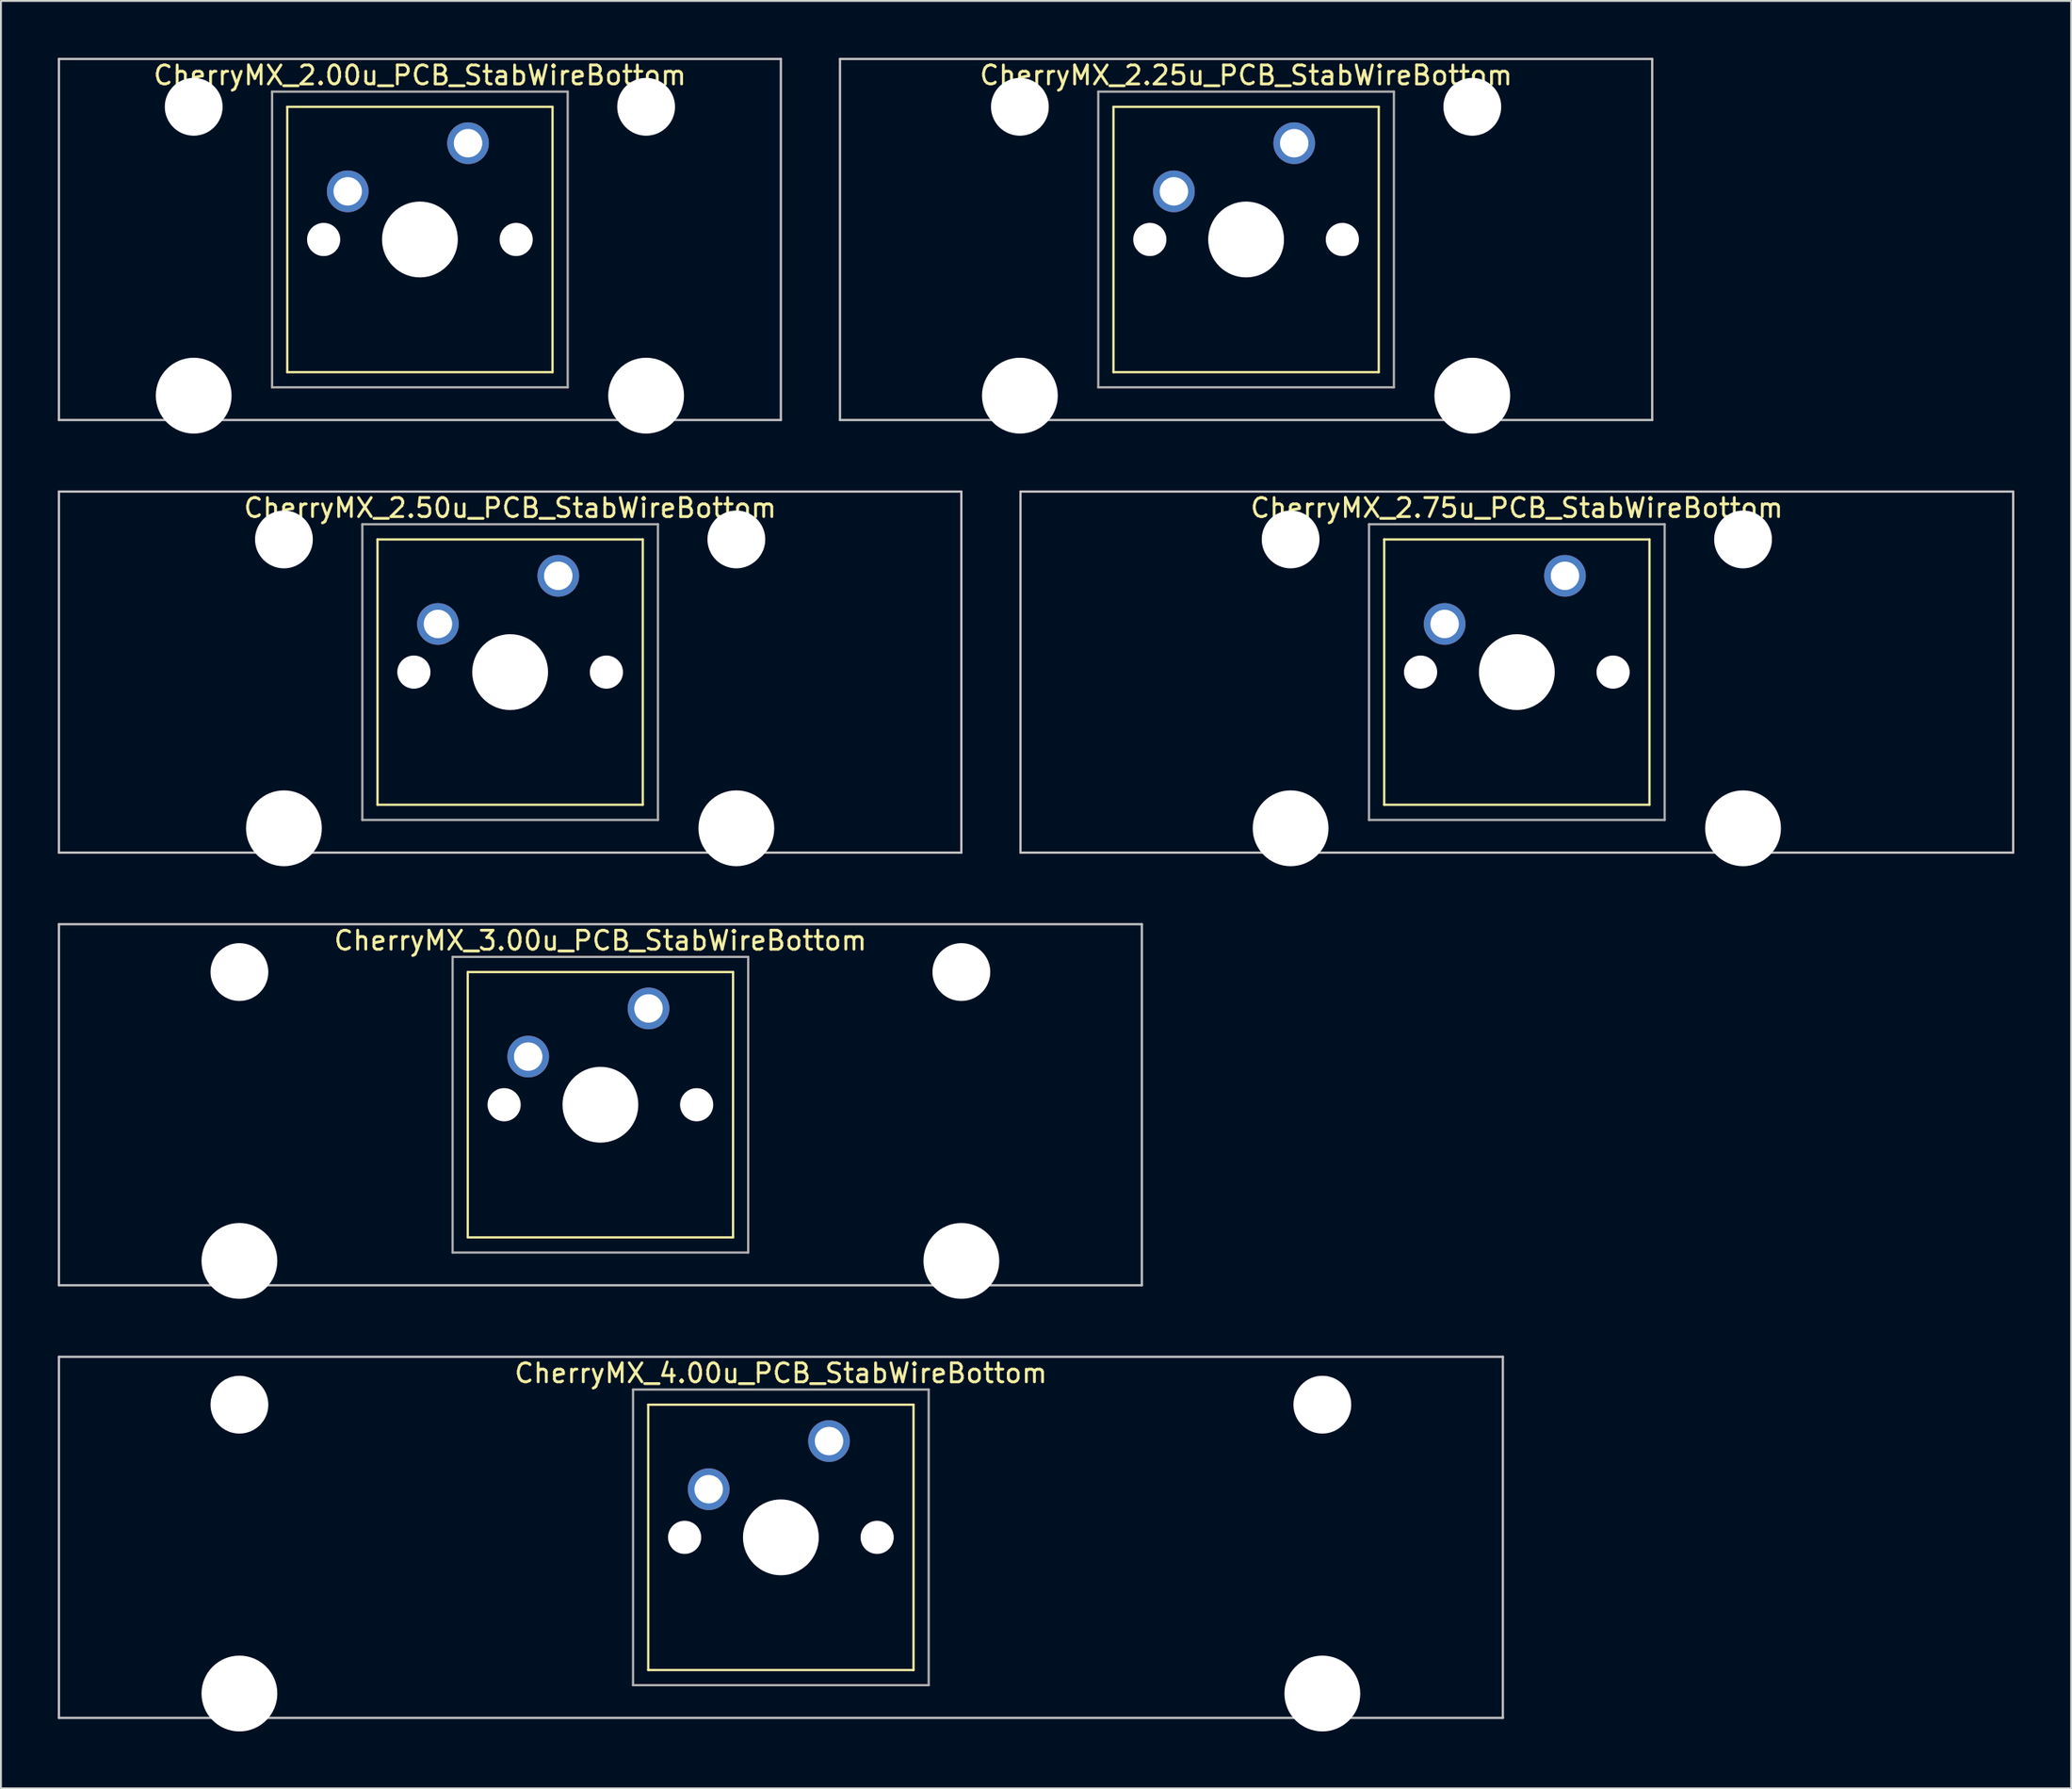
<source format=kicad_pcb>
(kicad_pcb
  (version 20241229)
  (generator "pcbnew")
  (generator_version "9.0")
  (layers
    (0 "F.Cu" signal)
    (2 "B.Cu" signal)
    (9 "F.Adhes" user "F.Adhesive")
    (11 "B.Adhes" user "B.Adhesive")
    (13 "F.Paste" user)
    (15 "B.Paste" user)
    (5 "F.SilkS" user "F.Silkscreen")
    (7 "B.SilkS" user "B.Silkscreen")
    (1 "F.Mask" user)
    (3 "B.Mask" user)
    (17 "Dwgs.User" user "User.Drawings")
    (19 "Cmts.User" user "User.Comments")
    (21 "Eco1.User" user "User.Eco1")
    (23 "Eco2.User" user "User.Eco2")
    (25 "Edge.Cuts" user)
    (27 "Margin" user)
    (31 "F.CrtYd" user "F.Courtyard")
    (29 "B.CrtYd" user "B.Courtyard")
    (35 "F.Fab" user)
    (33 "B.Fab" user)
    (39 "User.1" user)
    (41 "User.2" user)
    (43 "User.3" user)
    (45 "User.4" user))
  (footprint "CherryMX_3.00u_PCB_StabWireBottom"
    (layer "F.Cu")
    (at 28.635 55.235)
    (property "Reference" "CherryMX_3.00u_PCB_StabWireBottom" (at 0 -8.662 0) (layer "F.SilkS") (effects (font (size 1 1) (thickness 0.15))))
    (attr through_hole)
    (fp_line (start -7 -7) (end -7 7) (stroke (width 0.12) (type solid)) (layer "F.SilkS"))
    (fp_line (start -7 -7) (end 7 -7) (stroke (width 0.12) (type solid)) (layer "F.SilkS"))
    (fp_line (start 7 -7) (end 7 7) (stroke (width 0.12) (type solid)) (layer "F.SilkS"))
    (fp_line (start 7 7) (end -7 7) (stroke (width 0.12) (type solid)) (layer "F.SilkS"))
    (fp_line (start -28.575 -9.525) (end 28.575 -9.525) (stroke (width 0.12) (type solid)) (layer "Dwgs.User"))
    (fp_line (start -28.575 9.525) (end -28.575 -9.525) (stroke (width 0.12) (type solid)) (layer "Dwgs.User"))
    (fp_line (start 28.575 -9.525) (end 28.575 9.525) (stroke (width 0.12) (type solid)) (layer "Dwgs.User"))
    (fp_line (start 28.575 9.525) (end -28.575 9.525) (stroke (width 0.12) (type solid)) (layer "Dwgs.User"))
    (fp_line (start -7.8 -7.8) (end -7.8 7.8) (stroke (width 0.12) (type solid)) (layer "F.Fab"))
    (fp_line (start -7.8 -7.8) (end 7.8 -7.8) (stroke (width 0.12) (type solid)) (layer "F.Fab"))
    (fp_line (start -7.8 7.8) (end 7.8 7.8) (stroke (width 0.12) (type solid)) (layer "F.Fab"))
    (fp_line (start 7.8 -7.8) (end 7.8 7.8) (stroke (width 0.12) (type solid)) (layer "F.Fab"))
    (pad "" np_thru_hole circle (at -19.05 -7) (size 3.05 3.05) (drill 3.05) (layers "*.Cu" "*.Mask"))
    (pad "" np_thru_hole circle (at -19.05 8.24) (size 4 4) (drill 4) (layers "*.Cu" "*.Mask"))
    (pad "" np_thru_hole circle (at -5.08 0) (size 1.75 1.75) (drill 1.75) (layers "*.Cu" "*.Mask"))
    (pad "" np_thru_hole circle (at 0 0) (size 4 4) (drill 4) (layers "*.Cu" "*.Mask"))
    (pad "" np_thru_hole circle (at 5.08 0) (size 1.75 1.75) (drill 1.75) (layers "*.Cu" "*.Mask"))
    (pad "" np_thru_hole circle (at 19.05 -7) (size 3.05 3.05) (drill 3.05) (layers "*.Cu" "*.Mask"))
    (pad "" np_thru_hole circle (at 19.05 8.24) (size 4 4) (drill 4) (layers "*.Cu" "*.Mask"))
    (pad "1" thru_hole circle (at -3.81 -2.54) (size 2.2 2.2) (drill 1.5) (layers "*.Cu" "*.Mask"))
    (pad "2" thru_hole circle (at 2.54 -5.08) (size 2.2 2.2) (drill 1.5) (layers "*.Cu" "*.Mask")))
  (footprint "CherryMX_2.50u_PCB_StabWireBottom"
    (layer "F.Cu")
    (at 23.872 32.41)
    (property "Reference" "CherryMX_2.50u_PCB_StabWireBottom" (at 0 -8.662 0) (layer "F.SilkS") (effects (font (size 1 1) (thickness 0.15))))
    (attr through_hole)
    (fp_line (start -7 -7) (end -7 7) (stroke (width 0.12) (type solid)) (layer "F.SilkS"))
    (fp_line (start -7 -7) (end 7 -7) (stroke (width 0.12) (type solid)) (layer "F.SilkS"))
    (fp_line (start 7 -7) (end 7 7) (stroke (width 0.12) (type solid)) (layer "F.SilkS"))
    (fp_line (start 7 7) (end -7 7) (stroke (width 0.12) (type solid)) (layer "F.SilkS"))
    (fp_line (start -23.812 -9.525) (end 23.812 -9.525) (stroke (width 0.12) (type solid)) (layer "Dwgs.User"))
    (fp_line (start -23.812 9.525) (end -23.812 -9.525) (stroke (width 0.12) (type solid)) (layer "Dwgs.User"))
    (fp_line (start 23.812 -9.525) (end 23.812 9.525) (stroke (width 0.12) (type solid)) (layer "Dwgs.User"))
    (fp_line (start 23.812 9.525) (end -23.812 9.525) (stroke (width 0.12) (type solid)) (layer "Dwgs.User"))
    (fp_line (start -7.8 -7.8) (end -7.8 7.8) (stroke (width 0.12) (type solid)) (layer "F.Fab"))
    (fp_line (start -7.8 -7.8) (end 7.8 -7.8) (stroke (width 0.12) (type solid)) (layer "F.Fab"))
    (fp_line (start -7.8 7.8) (end 7.8 7.8) (stroke (width 0.12) (type solid)) (layer "F.Fab"))
    (fp_line (start 7.8 -7.8) (end 7.8 7.8) (stroke (width 0.12) (type solid)) (layer "F.Fab"))
    (pad "" np_thru_hole circle (at -11.938 -7) (size 3.05 3.05) (drill 3.05) (layers "*.Cu" "*.Mask"))
    (pad "" np_thru_hole circle (at -11.938 8.24) (size 4 4) (drill 4) (layers "*.Cu" "*.Mask"))
    (pad "" np_thru_hole circle (at -5.08 0) (size 1.75 1.75) (drill 1.75) (layers "*.Cu" "*.Mask"))
    (pad "" np_thru_hole circle (at 0 0) (size 4 4) (drill 4) (layers "*.Cu" "*.Mask"))
    (pad "" np_thru_hole circle (at 5.08 0) (size 1.75 1.75) (drill 1.75) (layers "*.Cu" "*.Mask"))
    (pad "" np_thru_hole circle (at 11.938 -7) (size 3.05 3.05) (drill 3.05) (layers "*.Cu" "*.Mask"))
    (pad "" np_thru_hole circle (at 11.938 8.24) (size 4 4) (drill 4) (layers "*.Cu" "*.Mask"))
    (pad "1" thru_hole circle (at -3.81 -2.54) (size 2.2 2.2) (drill 1.5) (layers "*.Cu" "*.Mask"))
    (pad "2" thru_hole circle (at 2.54 -5.08) (size 2.2 2.2) (drill 1.5) (layers "*.Cu" "*.Mask")))
  (footprint "CherryMX_2.25u_PCB_StabWireBottom"
    (layer "F.Cu")
    (at 62.711 9.585)
    (property "Reference" "CherryMX_2.25u_PCB_StabWireBottom" (at 0 -8.662 0) (layer "F.SilkS") (effects (font (size 1 1) (thickness 0.15))))
    (attr through_hole)
    (fp_line (start -7 -7) (end -7 7) (stroke (width 0.12) (type solid)) (layer "F.SilkS"))
    (fp_line (start -7 -7) (end 7 -7) (stroke (width 0.12) (type solid)) (layer "F.SilkS"))
    (fp_line (start 7 -7) (end 7 7) (stroke (width 0.12) (type solid)) (layer "F.SilkS"))
    (fp_line (start 7 7) (end -7 7) (stroke (width 0.12) (type solid)) (layer "F.SilkS"))
    (fp_line (start -21.431 -9.525) (end 21.431 -9.525) (stroke (width 0.12) (type solid)) (layer "Dwgs.User"))
    (fp_line (start -21.431 9.525) (end -21.431 -9.525) (stroke (width 0.12) (type solid)) (layer "Dwgs.User"))
    (fp_line (start 21.431 -9.525) (end 21.431 9.525) (stroke (width 0.12) (type solid)) (layer "Dwgs.User"))
    (fp_line (start 21.431 9.525) (end -21.431 9.525) (stroke (width 0.12) (type solid)) (layer "Dwgs.User"))
    (fp_line (start -7.8 -7.8) (end -7.8 7.8) (stroke (width 0.12) (type solid)) (layer "F.Fab"))
    (fp_line (start -7.8 -7.8) (end 7.8 -7.8) (stroke (width 0.12) (type solid)) (layer "F.Fab"))
    (fp_line (start -7.8 7.8) (end 7.8 7.8) (stroke (width 0.12) (type solid)) (layer "F.Fab"))
    (fp_line (start 7.8 -7.8) (end 7.8 7.8) (stroke (width 0.12) (type solid)) (layer "F.Fab"))
    (pad "" np_thru_hole circle (at -11.938 -7) (size 3.05 3.05) (drill 3.05) (layers "*.Cu" "*.Mask"))
    (pad "" np_thru_hole circle (at -11.938 8.24) (size 4 4) (drill 4) (layers "*.Cu" "*.Mask"))
    (pad "" np_thru_hole circle (at -5.08 0) (size 1.75 1.75) (drill 1.75) (layers "*.Cu" "*.Mask"))
    (pad "" np_thru_hole circle (at 0 0) (size 4 4) (drill 4) (layers "*.Cu" "*.Mask"))
    (pad "" np_thru_hole circle (at 5.08 0) (size 1.75 1.75) (drill 1.75) (layers "*.Cu" "*.Mask"))
    (pad "" np_thru_hole circle (at 11.938 -7) (size 3.05 3.05) (drill 3.05) (layers "*.Cu" "*.Mask"))
    (pad "" np_thru_hole circle (at 11.938 8.24) (size 4 4) (drill 4) (layers "*.Cu" "*.Mask"))
    (pad "1" thru_hole circle (at -3.81 -2.54) (size 2.2 2.2) (drill 1.5) (layers "*.Cu" "*.Mask"))
    (pad "2" thru_hole circle (at 2.54 -5.08) (size 2.2 2.2) (drill 1.5) (layers "*.Cu" "*.Mask")))
  (footprint "CherryMX_4.00u_PCB_StabWireBottom"
    (layer "F.Cu")
    (at 38.16 78.06)
    (property "Reference" "CherryMX_4.00u_PCB_StabWireBottom" (at 0 -8.662 0) (layer "F.SilkS") (effects (font (size 1 1) (thickness 0.15))))
    (attr through_hole)
    (fp_line (start -7 -7) (end -7 7) (stroke (width 0.12) (type solid)) (layer "F.SilkS"))
    (fp_line (start -7 -7) (end 7 -7) (stroke (width 0.12) (type solid)) (layer "F.SilkS"))
    (fp_line (start 7 -7) (end 7 7) (stroke (width 0.12) (type solid)) (layer "F.SilkS"))
    (fp_line (start 7 7) (end -7 7) (stroke (width 0.12) (type solid)) (layer "F.SilkS"))
    (fp_line (start -38.1 -9.525) (end 38.1 -9.525) (stroke (width 0.12) (type solid)) (layer "Dwgs.User"))
    (fp_line (start -38.1 9.525) (end -38.1 -9.525) (stroke (width 0.12) (type solid)) (layer "Dwgs.User"))
    (fp_line (start 38.1 -9.525) (end 38.1 9.525) (stroke (width 0.12) (type solid)) (layer "Dwgs.User"))
    (fp_line (start 38.1 9.525) (end -38.1 9.525) (stroke (width 0.12) (type solid)) (layer "Dwgs.User"))
    (fp_line (start -7.8 -7.8) (end -7.8 7.8) (stroke (width 0.12) (type solid)) (layer "F.Fab"))
    (fp_line (start -7.8 -7.8) (end 7.8 -7.8) (stroke (width 0.12) (type solid)) (layer "F.Fab"))
    (fp_line (start -7.8 7.8) (end 7.8 7.8) (stroke (width 0.12) (type solid)) (layer "F.Fab"))
    (fp_line (start 7.8 -7.8) (end 7.8 7.8) (stroke (width 0.12) (type solid)) (layer "F.Fab"))
    (pad "" np_thru_hole circle (at -28.575 -7) (size 3.05 3.05) (drill 3.05) (layers "*.Cu" "*.Mask"))
    (pad "" np_thru_hole circle (at -28.575 8.24) (size 4 4) (drill 4) (layers "*.Cu" "*.Mask"))
    (pad "" np_thru_hole circle (at -5.08 0) (size 1.75 1.75) (drill 1.75) (layers "*.Cu" "*.Mask"))
    (pad "" np_thru_hole circle (at 0 0) (size 4 4) (drill 4) (layers "*.Cu" "*.Mask"))
    (pad "" np_thru_hole circle (at 5.08 0) (size 1.75 1.75) (drill 1.75) (layers "*.Cu" "*.Mask"))
    (pad "" np_thru_hole circle (at 28.575 -7) (size 3.05 3.05) (drill 3.05) (layers "*.Cu" "*.Mask"))
    (pad "" np_thru_hole circle (at 28.575 8.24) (size 4 4) (drill 4) (layers "*.Cu" "*.Mask"))
    (pad "1" thru_hole circle (at -3.81 -2.54) (size 2.2 2.2) (drill 1.5) (layers "*.Cu" "*.Mask"))
    (pad "2" thru_hole circle (at 2.54 -5.08) (size 2.2 2.2) (drill 1.5) (layers "*.Cu" "*.Mask")))
  (footprint "CherryMX_2.75u_PCB_StabWireBottom"
    (layer "F.Cu")
    (at 76.999 32.41)
    (property "Reference" "CherryMX_2.75u_PCB_StabWireBottom" (at 0 -8.662 0) (layer "F.SilkS") (effects (font (size 1 1) (thickness 0.15))))
    (attr through_hole)
    (fp_line (start -7 -7) (end -7 7) (stroke (width 0.12) (type solid)) (layer "F.SilkS"))
    (fp_line (start -7 -7) (end 7 -7) (stroke (width 0.12) (type solid)) (layer "F.SilkS"))
    (fp_line (start 7 -7) (end 7 7) (stroke (width 0.12) (type solid)) (layer "F.SilkS"))
    (fp_line (start 7 7) (end -7 7) (stroke (width 0.12) (type solid)) (layer "F.SilkS"))
    (fp_line (start -26.194 -9.525) (end 26.194 -9.525) (stroke (width 0.12) (type solid)) (layer "Dwgs.User"))
    (fp_line (start -26.194 9.525) (end -26.194 -9.525) (stroke (width 0.12) (type solid)) (layer "Dwgs.User"))
    (fp_line (start 26.194 -9.525) (end 26.194 9.525) (stroke (width 0.12) (type solid)) (layer "Dwgs.User"))
    (fp_line (start 26.194 9.525) (end -26.194 9.525) (stroke (width 0.12) (type solid)) (layer "Dwgs.User"))
    (fp_line (start -7.8 -7.8) (end -7.8 7.8) (stroke (width 0.12) (type solid)) (layer "F.Fab"))
    (fp_line (start -7.8 -7.8) (end 7.8 -7.8) (stroke (width 0.12) (type solid)) (layer "F.Fab"))
    (fp_line (start -7.8 7.8) (end 7.8 7.8) (stroke (width 0.12) (type solid)) (layer "F.Fab"))
    (fp_line (start 7.8 -7.8) (end 7.8 7.8) (stroke (width 0.12) (type solid)) (layer "F.Fab"))
    (pad "" np_thru_hole circle (at -11.938 -7) (size 3.05 3.05) (drill 3.05) (layers "*.Cu" "*.Mask"))
    (pad "" np_thru_hole circle (at -11.938 8.24) (size 4 4) (drill 4) (layers "*.Cu" "*.Mask"))
    (pad "" np_thru_hole circle (at -5.08 0) (size 1.75 1.75) (drill 1.75) (layers "*.Cu" "*.Mask"))
    (pad "" np_thru_hole circle (at 0 0) (size 4 4) (drill 4) (layers "*.Cu" "*.Mask"))
    (pad "" np_thru_hole circle (at 5.08 0) (size 1.75 1.75) (drill 1.75) (layers "*.Cu" "*.Mask"))
    (pad "" np_thru_hole circle (at 11.938 -7) (size 3.05 3.05) (drill 3.05) (layers "*.Cu" "*.Mask"))
    (pad "" np_thru_hole circle (at 11.938 8.24) (size 4 4) (drill 4) (layers "*.Cu" "*.Mask"))
    (pad "1" thru_hole circle (at -3.81 -2.54) (size 2.2 2.2) (drill 1.5) (layers "*.Cu" "*.Mask"))
    (pad "2" thru_hole circle (at 2.54 -5.08) (size 2.2 2.2) (drill 1.5) (layers "*.Cu" "*.Mask")))
  (footprint "CherryMX_2.00u_PCB_StabWireBottom"
    (layer "F.Cu")
    (at 19.11 9.585)
    (property "Reference" "CherryMX_2.00u_PCB_StabWireBottom" (at 0 -8.662 0) (layer "F.SilkS") (effects (font (size 1 1) (thickness 0.15))))
    (attr through_hole)
    (fp_line (start -7 -7) (end -7 7) (stroke (width 0.12) (type solid)) (layer "F.SilkS"))
    (fp_line (start -7 -7) (end 7 -7) (stroke (width 0.12) (type solid)) (layer "F.SilkS"))
    (fp_line (start 7 -7) (end 7 7) (stroke (width 0.12) (type solid)) (layer "F.SilkS"))
    (fp_line (start 7 7) (end -7 7) (stroke (width 0.12) (type solid)) (layer "F.SilkS"))
    (fp_line (start -19.05 -9.525) (end 19.05 -9.525) (stroke (width 0.12) (type solid)) (layer "Dwgs.User"))
    (fp_line (start -19.05 9.525) (end -19.05 -9.525) (stroke (width 0.12) (type solid)) (layer "Dwgs.User"))
    (fp_line (start 19.05 -9.525) (end 19.05 9.525) (stroke (width 0.12) (type solid)) (layer "Dwgs.User"))
    (fp_line (start 19.05 9.525) (end -19.05 9.525) (stroke (width 0.12) (type solid)) (layer "Dwgs.User"))
    (fp_line (start -7.8 -7.8) (end -7.8 7.8) (stroke (width 0.12) (type solid)) (layer "F.Fab"))
    (fp_line (start -7.8 -7.8) (end 7.8 -7.8) (stroke (width 0.12) (type solid)) (layer "F.Fab"))
    (fp_line (start -7.8 7.8) (end 7.8 7.8) (stroke (width 0.12) (type solid)) (layer "F.Fab"))
    (fp_line (start 7.8 -7.8) (end 7.8 7.8) (stroke (width 0.12) (type solid)) (layer "F.Fab"))
    (pad "" np_thru_hole circle (at -11.938 -7) (size 3.05 3.05) (drill 3.05) (layers "*.Cu" "*.Mask"))
    (pad "" np_thru_hole circle (at -11.938 8.24) (size 4 4) (drill 4) (layers "*.Cu" "*.Mask"))
    (pad "" np_thru_hole circle (at -5.08 0) (size 1.75 1.75) (drill 1.75) (layers "*.Cu" "*.Mask"))
    (pad "" np_thru_hole circle (at 0 0) (size 4 4) (drill 4) (layers "*.Cu" "*.Mask"))
    (pad "" np_thru_hole circle (at 5.08 0) (size 1.75 1.75) (drill 1.75) (layers "*.Cu" "*.Mask"))
    (pad "" np_thru_hole circle (at 11.938 -7) (size 3.05 3.05) (drill 3.05) (layers "*.Cu" "*.Mask"))
    (pad "" np_thru_hole circle (at 11.938 8.24) (size 4 4) (drill 4) (layers "*.Cu" "*.Mask"))
    (pad "1" thru_hole circle (at -3.81 -2.54) (size 2.2 2.2) (drill 1.5) (layers "*.Cu" "*.Mask"))
    (pad "2" thru_hole circle (at 2.54 -5.08) (size 2.2 2.2) (drill 1.5) (layers "*.Cu" "*.Mask")))
  (gr_rect
    (start -3 -3)
    (end 106.252 91.3)
    (stroke (width 0.1) (type default))
    (fill no)
    (layer "Edge.Cuts")))
</source>
